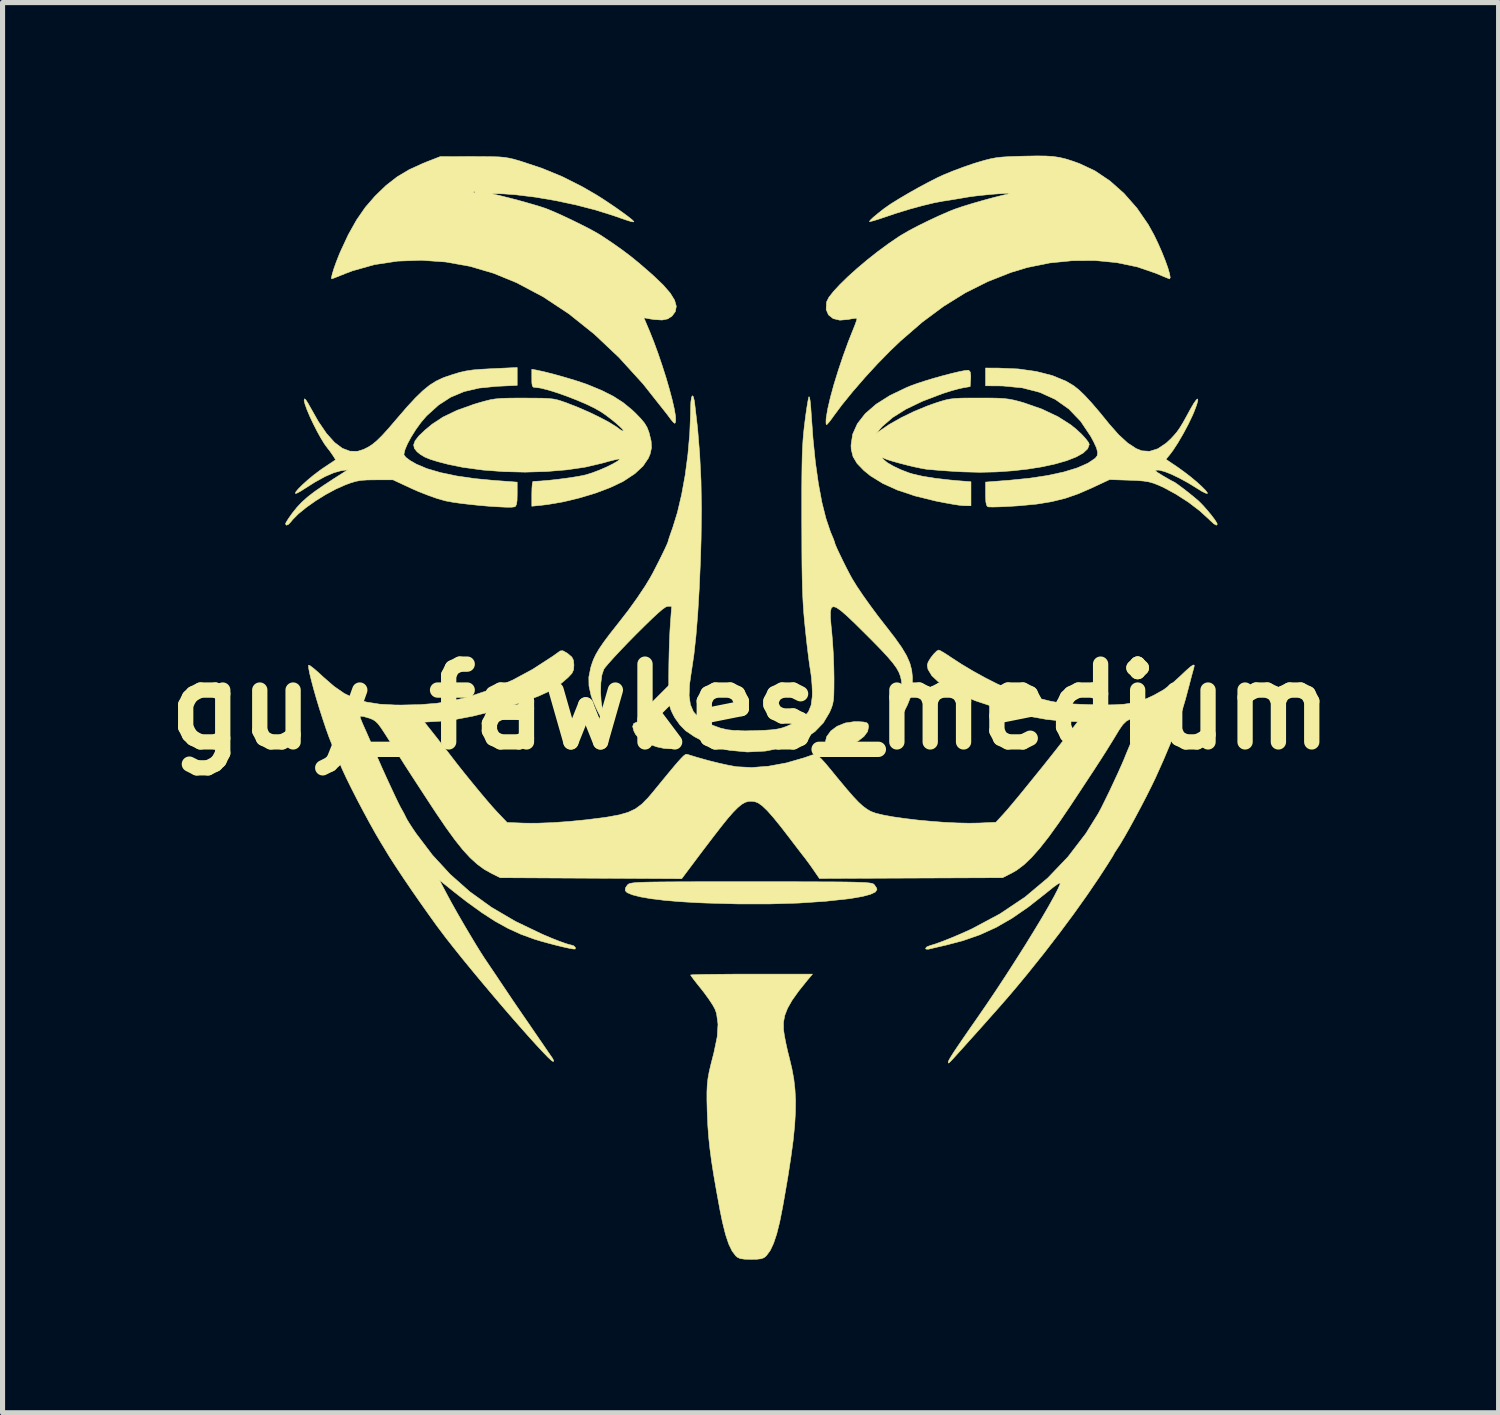
<source format=kicad_pcb>
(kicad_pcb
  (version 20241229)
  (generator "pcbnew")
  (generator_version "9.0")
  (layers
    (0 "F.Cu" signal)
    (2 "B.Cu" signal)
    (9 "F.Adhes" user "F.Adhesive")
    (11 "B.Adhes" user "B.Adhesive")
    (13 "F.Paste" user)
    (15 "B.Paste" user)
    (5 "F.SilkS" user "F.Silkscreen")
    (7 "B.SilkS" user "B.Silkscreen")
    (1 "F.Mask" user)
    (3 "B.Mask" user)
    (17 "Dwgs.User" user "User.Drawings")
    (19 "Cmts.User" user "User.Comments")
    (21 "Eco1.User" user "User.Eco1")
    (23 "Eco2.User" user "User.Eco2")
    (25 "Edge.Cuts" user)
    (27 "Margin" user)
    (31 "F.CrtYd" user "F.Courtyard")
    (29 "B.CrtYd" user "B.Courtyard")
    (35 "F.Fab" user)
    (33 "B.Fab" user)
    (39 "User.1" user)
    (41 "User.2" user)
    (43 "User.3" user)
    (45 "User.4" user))
  (footprint "guy_fawkes_medium"
    (layer "F.Cu")
    (at 11.655 10.796)
    (property "Reference" "guy_fawkes_medium" (at 0 0 0) (layer "F.SilkS") (effects (font (size 1.524 1.524) (thickness 0.3))))
    (attr through_hole)
    (fp_poly (pts (xy -2.016 0.291) (xy -1.887 0.301) (xy -1.794 0.323) (xy -1.71 0.363) (xy -1.634 0.415) (xy -1.517 0.52) (xy -1.447 0.631) (xy -1.43 0.736) (xy -1.44 0.776) (xy -1.485 0.812) (xy -1.575 0.825) (xy -1.695 0.817) (xy -1.831 0.788) (xy -1.947 0.748) (xy -2.092 0.682) (xy -2.188 0.617) (xy -2.252 0.543) (xy -2.287 0.474) (xy -2.31 0.387) (xy -2.29 0.33) (xy -2.222 0.298) (xy -2.101 0.288) (xy -2.016 0.291)) (stroke (width 0.01) (type solid)) (fill yes) (layer "F.SilkS"))
    (fp_poly (pts (xy 2.101 0.292) (xy 2.21 0.299) (xy 2.271 0.311) (xy 2.3 0.335) (xy 2.311 0.379) (xy 2.312 0.392) (xy 2.293 0.486) (xy 2.222 0.581) (xy 2.111 0.669) (xy 1.971 0.743) (xy 1.813 0.797) (xy 1.648 0.824) (xy 1.6 0.826) (xy 1.513 0.823) (xy 1.473 0.806) (xy 1.461 0.761) (xy 1.46 0.717) (xy 1.49 0.588) (xy 1.573 0.474) (xy 1.697 0.382) (xy 1.854 0.319) (xy 2.033 0.292) (xy 2.101 0.292)) (stroke (width 0.01) (type solid)) (fill yes) (layer "F.SilkS"))
    (fp_poly (pts (xy 0.455 3.429) (xy 0.84 3.429) (xy 1.17 3.43) (xy 1.449 3.431) (xy 1.683 3.432) (xy 1.874 3.434) (xy 2.029 3.437) (xy 2.149 3.441) (xy 2.242 3.445) (xy 2.309 3.451) (xy 2.357 3.457) (xy 2.389 3.465) (xy 2.409 3.474) (xy 2.422 3.485) (xy 2.424 3.487) (xy 2.465 3.546) (xy 2.477 3.581) (xy 2.445 3.63) (xy 2.35 3.675) (xy 2.193 3.717) (xy 1.974 3.755) (xy 1.934 3.761) (xy 1.464 3.812) (xy 0.94 3.847) (xy 0.369 3.864) (xy -0.241 3.864) (xy -0.883 3.846) (xy -1.048 3.839) (xy -1.388 3.819) (xy -1.688 3.793) (xy -1.946 3.762) (xy -2.155 3.726) (xy -2.313 3.686) (xy -2.416 3.644) (xy -2.456 3.603) (xy -2.45 3.547) (xy -2.412 3.492) (xy -2.399 3.48) (xy -2.382 3.47) (xy -2.356 3.461) (xy -2.317 3.454) (xy -2.261 3.447) (xy -2.184 3.442) (xy -2.08 3.438) (xy -1.947 3.435) (xy -1.778 3.433) (xy -1.571 3.431) (xy -1.32 3.43) (xy -1.021 3.429) (xy -0.67 3.429) (xy -0.263 3.429) (xy 0.011 3.429) (xy 0.455 3.429)) (stroke (width 0.01) (type solid)) (fill yes) (layer "F.SilkS"))
    (fp_poly (pts (xy 1.113 5.358) (xy 0.942 5.571) (xy 0.814 5.751) (xy 0.725 5.907) (xy 0.67 6.048) (xy 0.645 6.183) (xy 0.646 6.322) (xy 0.647 6.334) (xy 0.663 6.444) (xy 0.692 6.594) (xy 0.729 6.761) (xy 0.762 6.89) (xy 0.81 7.093) (xy 0.847 7.293) (xy 0.87 7.497) (xy 0.882 7.712) (xy 0.879 7.946) (xy 0.864 8.203) (xy 0.835 8.493) (xy 0.791 8.821) (xy 0.734 9.194) (xy 0.661 9.62) (xy 0.63 9.795) (xy 0.572 10.09) (xy 0.513 10.327) (xy 0.451 10.513) (xy 0.385 10.653) (xy 0.311 10.754) (xy 0.31 10.755) (xy 0.266 10.793) (xy 0.209 10.815) (xy 0.124 10.825) (xy 0.01 10.827) (xy -0.118 10.824) (xy -0.202 10.812) (xy -0.257 10.787) (xy -0.289 10.76) (xy -0.362 10.664) (xy -0.429 10.525) (xy -0.491 10.338) (xy -0.551 10.097) (xy -0.6 9.858) (xy -0.667 9.492) (xy -0.722 9.176) (xy -0.765 8.901) (xy -0.797 8.657) (xy -0.821 8.431) (xy -0.837 8.215) (xy -0.847 7.997) (xy -0.85 7.918) (xy -0.855 7.71) (xy -0.855 7.547) (xy -0.849 7.411) (xy -0.835 7.285) (xy -0.811 7.152) (xy -0.774 6.995) (xy -0.723 6.797) (xy -0.715 6.763) (xy -0.654 6.469) (xy -0.638 6.22) (xy -0.666 6.013) (xy -0.695 5.929) (xy -0.742 5.843) (xy -0.818 5.728) (xy -0.91 5.601) (xy -0.965 5.531) (xy -1.052 5.423) (xy -1.121 5.334) (xy -1.164 5.274) (xy -1.175 5.256) (xy -1.144 5.252) (xy -1.057 5.249) (xy -0.92 5.245) (xy -0.741 5.243) (xy -0.525 5.241) (xy -0.281 5.239) (xy -0.015 5.239) (xy 0.019 5.239) (xy 1.213 5.239) (xy 1.113 5.358)) (stroke (width 0.01) (type solid)) (fill yes) (layer "F.SilkS"))
    (fp_poly (pts (xy 4.275 -6.591) (xy 4.305 -6.557) (xy 4.314 -6.481) (xy 4.312 -6.422) (xy 4.302 -6.272) (xy 4.163 -6.248) (xy 4.068 -6.227) (xy 3.937 -6.191) (xy 3.794 -6.146) (xy 3.75 -6.131) (xy 3.367 -5.985) (xy 3.044 -5.83) (xy 2.781 -5.665) (xy 2.581 -5.492) (xy 2.524 -5.428) (xy 2.461 -5.35) (xy 2.524 -5.399) (xy 2.71 -5.526) (xy 2.94 -5.657) (xy 3.196 -5.782) (xy 3.459 -5.891) (xy 3.612 -5.946) (xy 3.727 -5.983) (xy 3.821 -6.01) (xy 3.909 -6.028) (xy 4.004 -6.039) (xy 4.122 -6.046) (xy 4.275 -6.048) (xy 4.477 -6.048) (xy 4.683 -6.048) (xy 4.84 -6.045) (xy 4.964 -6.038) (xy 5.067 -6.025) (xy 5.165 -6.006) (xy 5.273 -5.978) (xy 5.35 -5.956) (xy 5.706 -5.832) (xy 6.023 -5.682) (xy 6.27 -5.525) (xy 6.378 -5.438) (xy 6.481 -5.343) (xy 6.565 -5.252) (xy 6.62 -5.179) (xy 6.636 -5.14) (xy 6.605 -5.054) (xy 6.517 -4.971) (xy 6.378 -4.893) (xy 6.194 -4.821) (xy 5.971 -4.757) (xy 5.715 -4.701) (xy 5.434 -4.656) (xy 5.131 -4.622) (xy 4.815 -4.6) (xy 4.491 -4.593) (xy 4.164 -4.601) (xy 4.088 -4.605) (xy 3.906 -4.616) (xy 3.734 -4.628) (xy 3.588 -4.64) (xy 3.484 -4.649) (xy 3.458 -4.651) (xy 3.357 -4.668) (xy 3.222 -4.696) (xy 3.07 -4.732) (xy 2.916 -4.772) (xy 2.777 -4.811) (xy 2.671 -4.844) (xy 2.621 -4.865) (xy 2.577 -4.886) (xy 2.581 -4.872) (xy 2.609 -4.839) (xy 2.684 -4.778) (xy 2.803 -4.71) (xy 2.947 -4.642) (xy 3.1 -4.583) (xy 3.175 -4.56) (xy 3.367 -4.516) (xy 3.611 -4.476) (xy 3.898 -4.443) (xy 4.072 -4.427) (xy 4.318 -4.408) (xy 4.318 -3.937) (xy 4.183 -3.939) (xy 4.101 -3.946) (xy 3.974 -3.965) (xy 3.818 -3.993) (xy 3.648 -4.026) (xy 3.619 -4.032) (xy 3.221 -4.13) (xy 2.879 -4.244) (xy 2.589 -4.375) (xy 2.347 -4.525) (xy 2.218 -4.63) (xy 2.087 -4.766) (xy 2.008 -4.898) (xy 1.972 -5.042) (xy 1.968 -5.121) (xy 2 -5.338) (xy 2.093 -5.545) (xy 2.246 -5.741) (xy 2.459 -5.926) (xy 2.729 -6.097) (xy 3.057 -6.254) (xy 3.152 -6.293) (xy 3.278 -6.338) (xy 3.433 -6.388) (xy 3.602 -6.439) (xy 3.775 -6.487) (xy 3.94 -6.53) (xy 4.085 -6.564) (xy 4.197 -6.586) (xy 4.264 -6.592) (xy 4.275 -6.591)) (stroke (width 0.01) (type solid)) (fill yes) (layer "F.SilkS"))
    (fp_poly (pts (xy -4.183 -6.593) (xy -4.028 -6.558) (xy -3.835 -6.509) (xy -3.626 -6.45) (xy -3.423 -6.389) (xy -3.248 -6.331) (xy -3.191 -6.31) (xy -2.915 -6.196) (xy -2.689 -6.082) (xy -2.496 -5.958) (xy -2.323 -5.816) (xy -2.266 -5.763) (xy -2.152 -5.646) (xy -2.076 -5.554) (xy -2.026 -5.469) (xy -1.991 -5.377) (xy -1.988 -5.368) (xy -1.948 -5.204) (xy -1.941 -5.072) (xy -1.968 -4.951) (xy -2.003 -4.868) (xy -2.107 -4.715) (xy -2.267 -4.566) (xy -2.477 -4.427) (xy -2.508 -4.409) (xy -2.748 -4.295) (xy -3.033 -4.187) (xy -3.344 -4.093) (xy -3.661 -4.016) (xy -3.966 -3.963) (xy -4.072 -3.95) (xy -4.286 -3.928) (xy -4.286 -4.171) (xy -4.283 -4.286) (xy -4.276 -4.371) (xy -4.265 -4.412) (xy -4.262 -4.414) (xy -4.113 -4.422) (xy -3.929 -4.438) (xy -3.73 -4.461) (xy -3.534 -4.487) (xy -3.363 -4.515) (xy -3.233 -4.542) (xy -3.224 -4.544) (xy -3.097 -4.584) (xy -2.956 -4.638) (xy -2.817 -4.698) (xy -2.695 -4.759) (xy -2.603 -4.813) (xy -2.559 -4.853) (xy -2.581 -4.854) (xy -2.653 -4.839) (xy -2.764 -4.812) (xy -2.903 -4.773) (xy -2.915 -4.77) (xy -3.235 -4.695) (xy -3.601 -4.641) (xy -4 -4.608) (xy -4.416 -4.596) (xy -4.836 -4.606) (xy -5.245 -4.637) (xy -5.631 -4.689) (xy -5.921 -4.748) (xy -6.122 -4.8) (xy -6.272 -4.846) (xy -6.384 -4.892) (xy -6.47 -4.944) (xy -6.533 -4.994) (xy -6.587 -5.061) (xy -6.601 -5.131) (xy -6.572 -5.211) (xy -6.497 -5.307) (xy -6.373 -5.424) (xy -6.239 -5.535) (xy -6.026 -5.675) (xy -5.753 -5.806) (xy -5.424 -5.924) (xy -5.318 -5.956) (xy -5.2 -5.989) (xy -5.1 -6.014) (xy -5.004 -6.03) (xy -4.898 -6.04) (xy -4.769 -6.045) (xy -4.601 -6.047) (xy -4.429 -6.047) (xy -4.224 -6.046) (xy -4.07 -6.044) (xy -3.953 -6.038) (xy -3.861 -6.028) (xy -3.781 -6.011) (xy -3.7 -5.986) (xy -3.605 -5.953) (xy -3.588 -5.946) (xy -3.369 -5.86) (xy -3.151 -5.765) (xy -2.946 -5.665) (xy -2.766 -5.569) (xy -2.626 -5.482) (xy -2.564 -5.435) (xy -2.514 -5.404) (xy -2.491 -5.405) (xy -2.504 -5.432) (xy -2.557 -5.486) (xy -2.639 -5.559) (xy -2.737 -5.639) (xy -2.84 -5.716) (xy -2.936 -5.782) (xy -2.937 -5.782) (xy -3.066 -5.855) (xy -3.231 -5.934) (xy -3.418 -6.013) (xy -3.614 -6.089) (xy -3.805 -6.156) (xy -3.979 -6.209) (xy -4.121 -6.244) (xy -4.211 -6.255) (xy -4.254 -6.26) (xy -4.276 -6.285) (xy -4.285 -6.346) (xy -4.286 -6.433) (xy -4.286 -6.612) (xy -4.183 -6.593)) (stroke (width 0.01) (type solid)) (fill yes) (layer "F.SilkS"))
    (fp_poly (pts (xy -5.226 -10.778) (xy -5.057 -10.776) (xy -4.927 -10.772) (xy -4.823 -10.763) (xy -4.733 -10.748) (xy -4.643 -10.728) (xy -4.543 -10.699) (xy -4.508 -10.689) (xy -4.084 -10.548) (xy -3.693 -10.387) (xy -3.309 -10.194) (xy -3.033 -10.035) (xy -2.911 -9.959) (xy -2.777 -9.87) (xy -2.641 -9.778) (xy -2.514 -9.688) (xy -2.406 -9.608) (xy -2.327 -9.546) (xy -2.288 -9.508) (xy -2.286 -9.503) (xy -2.298 -9.498) (xy -2.338 -9.505) (xy -2.414 -9.528) (xy -2.535 -9.569) (xy -2.683 -9.621) (xy -3.03 -9.73) (xy -3.415 -9.83) (xy -3.818 -9.916) (xy -4.219 -9.984) (xy -4.597 -10.03) (xy -4.826 -10.047) (xy -4.945 -10.052) (xy -5.025 -10.052) (xy -5.058 -10.049) (xy -5.048 -10.045) (xy -4.901 -10.011) (xy -4.723 -9.967) (xy -4.53 -9.916) (xy -4.342 -9.863) (xy -4.173 -9.814) (xy -4.042 -9.772) (xy -4 -9.757) (xy -3.863 -9.701) (xy -3.695 -9.626) (xy -3.51 -9.539) (xy -3.325 -9.448) (xy -3.154 -9.361) (xy -3.014 -9.284) (xy -2.929 -9.233) (xy -2.709 -9.086) (xy -2.526 -8.957) (xy -2.362 -8.834) (xy -2.198 -8.701) (xy -2.018 -8.546) (xy -1.908 -8.449) (xy -1.713 -8.263) (xy -1.574 -8.103) (xy -1.488 -7.964) (xy -1.455 -7.845) (xy -1.474 -7.741) (xy -1.54 -7.652) (xy -1.624 -7.598) (xy -1.733 -7.576) (xy -1.882 -7.585) (xy -1.958 -7.596) (xy -2.09 -7.62) (xy -1.979 -7.358) (xy -1.895 -7.147) (xy -1.811 -6.918) (xy -1.73 -6.678) (xy -1.654 -6.44) (xy -1.588 -6.212) (xy -1.533 -6.004) (xy -1.493 -5.827) (xy -1.47 -5.691) (xy -1.467 -5.611) (xy -1.473 -5.568) (xy -1.485 -5.552) (xy -1.512 -5.571) (xy -1.56 -5.628) (xy -1.636 -5.73) (xy -1.651 -5.749) (xy -2.107 -6.325) (xy -2.577 -6.842) (xy -3.061 -7.299) (xy -3.557 -7.696) (xy -4.065 -8.032) (xy -4.584 -8.307) (xy -5.032 -8.491) (xy -5.496 -8.628) (xy -5.971 -8.713) (xy -6.448 -8.747) (xy -6.917 -8.73) (xy -7.371 -8.661) (xy -7.799 -8.54) (xy -7.924 -8.493) (xy -8.044 -8.445) (xy -8.14 -8.407) (xy -8.197 -8.385) (xy -8.208 -8.382) (xy -8.211 -8.409) (xy -8.194 -8.483) (xy -8.161 -8.591) (xy -8.114 -8.721) (xy -8.059 -8.861) (xy -8.04 -8.906) (xy -7.882 -9.246) (xy -7.72 -9.535) (xy -7.548 -9.784) (xy -7.359 -10.002) (xy -7.278 -10.081) (xy -5.429 -10.081) (xy -5.413 -10.065) (xy -5.397 -10.081) (xy -5.413 -10.097) (xy -5.429 -10.081) (xy -7.278 -10.081) (xy -7.142 -10.212) (xy -6.925 -10.381) (xy -6.691 -10.521) (xy -6.417 -10.646) (xy -6.345 -10.675) (xy -6.08 -10.778) (xy -5.445 -10.779) (xy -5.226 -10.778)) (stroke (width 0.01) (type solid)) (fill yes) (layer "F.SilkS"))
    (fp_poly (pts (xy 4.85 -6.635) (xy 5.242 -6.618) (xy 5.599 -6.568) (xy 5.915 -6.487) (xy 6.184 -6.376) (xy 6.33 -6.289) (xy 6.429 -6.211) (xy 6.544 -6.101) (xy 6.682 -5.952) (xy 6.846 -5.76) (xy 7.025 -5.54) (xy 7.21 -5.33) (xy 7.388 -5.167) (xy 7.554 -5.058) (xy 7.664 -5.014) (xy 7.818 -5.004) (xy 7.98 -5.055) (xy 8.145 -5.166) (xy 8.232 -5.247) (xy 8.298 -5.318) (xy 8.354 -5.384) (xy 8.406 -5.458) (xy 8.465 -5.553) (xy 8.537 -5.682) (xy 8.612 -5.82) (xy 8.685 -5.946) (xy 8.735 -6.015) (xy 8.761 -6.03) (xy 8.762 -5.992) (xy 8.736 -5.903) (xy 8.684 -5.767) (xy 8.66 -5.711) (xy 8.577 -5.537) (xy 8.478 -5.351) (xy 8.374 -5.173) (xy 8.275 -5.021) (xy 8.214 -4.94) (xy 8.138 -4.847) (xy 8.369 -4.691) (xy 8.493 -4.602) (xy 8.619 -4.505) (xy 8.737 -4.407) (xy 8.837 -4.316) (xy 8.911 -4.242) (xy 8.949 -4.192) (xy 8.95 -4.177) (xy 8.916 -4.184) (xy 8.844 -4.219) (xy 8.75 -4.277) (xy 8.734 -4.287) (xy 8.575 -4.385) (xy 8.41 -4.475) (xy 8.253 -4.551) (xy 8.116 -4.606) (xy 8.013 -4.633) (xy 7.988 -4.636) (xy 7.943 -4.633) (xy 7.934 -4.621) (xy 7.969 -4.592) (xy 8.051 -4.541) (xy 8.078 -4.524) (xy 8.173 -4.469) (xy 8.244 -4.429) (xy 8.276 -4.413) (xy 8.276 -4.413) (xy 8.311 -4.395) (xy 8.382 -4.345) (xy 8.476 -4.275) (xy 8.579 -4.195) (xy 8.68 -4.113) (xy 8.766 -4.041) (xy 8.788 -4.021) (xy 8.864 -3.944) (xy 8.948 -3.849) (xy 9.029 -3.75) (xy 9.096 -3.662) (xy 9.136 -3.597) (xy 9.144 -3.576) (xy 9.126 -3.556) (xy 9.074 -3.586) (xy 8.99 -3.663) (xy 8.984 -3.67) (xy 8.8 -3.838) (xy 8.576 -4.009) (xy 8.331 -4.166) (xy 8.088 -4.298) (xy 8.001 -4.337) (xy 7.901 -4.377) (xy 7.807 -4.404) (xy 7.703 -4.421) (xy 7.569 -4.432) (xy 7.414 -4.438) (xy 7.033 -4.45) (xy 6.683 -4.286) (xy 6.418 -4.171) (xy 6.161 -4.082) (xy 5.896 -4.017) (xy 5.607 -3.97) (xy 5.274 -3.938) (xy 5.214 -3.934) (xy 5.037 -3.923) (xy 4.88 -3.916) (xy 4.755 -3.913) (xy 4.674 -3.914) (xy 4.65 -3.917) (xy 4.625 -3.945) (xy 4.61 -4.01) (xy 4.604 -4.125) (xy 4.604 -4.168) (xy 4.604 -4.401) (xy 5.072 -4.437) (xy 5.469 -4.477) (xy 5.825 -4.531) (xy 6.137 -4.599) (xy 6.399 -4.679) (xy 6.607 -4.77) (xy 6.752 -4.867) (xy 6.791 -4.917) (xy 6.8 -4.981) (xy 6.778 -5.07) (xy 6.721 -5.193) (xy 6.665 -5.297) (xy 6.468 -5.591) (xy 6.237 -5.832) (xy 5.97 -6.021) (xy 5.666 -6.159) (xy 5.325 -6.247) (xy 4.945 -6.284) (xy 4.85 -6.286) (xy 4.604 -6.287) (xy 4.604 -6.636) (xy 4.85 -6.635)) (stroke (width 0.01) (type solid)) (fill yes) (layer "F.SilkS"))
    (fp_poly (pts (xy -4.572 -6.471) (xy -4.572 -6.296) (xy -4.98 -6.277) (xy -5.319 -6.243) (xy -5.614 -6.174) (xy -5.874 -6.065) (xy -6.111 -5.912) (xy -6.336 -5.709) (xy -6.361 -5.683) (xy -6.461 -5.565) (xy -6.56 -5.428) (xy -6.649 -5.285) (xy -6.723 -5.149) (xy -6.772 -5.032) (xy -6.791 -4.948) (xy -6.79 -4.934) (xy -6.754 -4.886) (xy -6.669 -4.822) (xy -6.551 -4.754) (xy -6.341 -4.665) (xy -6.075 -4.587) (xy -5.759 -4.521) (xy -5.4 -4.469) (xy -5.056 -4.436) (xy -4.572 -4.4) (xy -4.572 -4.167) (xy -4.575 -4.038) (xy -4.587 -3.961) (xy -4.609 -3.923) (xy -4.62 -3.917) (xy -4.679 -3.909) (xy -4.79 -3.909) (xy -4.938 -3.916) (xy -5.114 -3.927) (xy -5.303 -3.943) (xy -5.495 -3.963) (xy -5.677 -3.984) (xy -5.837 -4.007) (xy -5.962 -4.03) (xy -5.985 -4.035) (xy -6.133 -4.077) (xy -6.312 -4.14) (xy -6.499 -4.213) (xy -6.638 -4.274) (xy -7.005 -4.445) (xy -7.345 -4.445) (xy -7.508 -4.443) (xy -7.629 -4.435) (xy -7.733 -4.416) (xy -7.84 -4.384) (xy -7.946 -4.344) (xy -8.13 -4.262) (xy -8.326 -4.156) (xy -8.522 -4.034) (xy -8.704 -3.905) (xy -8.859 -3.779) (xy -8.973 -3.664) (xy -9.004 -3.625) (xy -9.054 -3.572) (xy -9.095 -3.556) (xy -9.112 -3.585) (xy -9.094 -3.622) (xy -9.047 -3.695) (xy -8.981 -3.788) (xy -8.973 -3.799) (xy -8.885 -3.908) (xy -8.791 -4.008) (xy -8.68 -4.107) (xy -8.545 -4.212) (xy -8.374 -4.33) (xy -8.159 -4.471) (xy -8.112 -4.501) (xy -7.89 -4.642) (xy -8.031 -4.622) (xy -8.166 -4.584) (xy -8.338 -4.509) (xy -8.536 -4.4) (xy -8.732 -4.276) (xy -8.821 -4.219) (xy -8.889 -4.184) (xy -8.918 -4.177) (xy -8.909 -4.209) (xy -8.858 -4.27) (xy -8.776 -4.351) (xy -8.673 -4.444) (xy -8.557 -4.54) (xy -8.439 -4.629) (xy -8.375 -4.674) (xy -8.129 -4.838) (xy -8.18 -4.919) (xy -8.238 -5.003) (xy -8.286 -5.064) (xy -8.349 -5.15) (xy -8.42 -5.266) (xy -8.495 -5.401) (xy -8.568 -5.545) (xy -8.635 -5.687) (xy -8.69 -5.818) (xy -8.729 -5.926) (xy -8.747 -6.001) (xy -8.739 -6.032) (xy -8.736 -6.032) (xy -8.71 -6.007) (xy -8.668 -5.941) (xy -8.635 -5.882) (xy -8.468 -5.587) (xy -8.307 -5.352) (xy -8.151 -5.178) (xy -7.998 -5.063) (xy -7.848 -5.006) (xy -7.697 -5.005) (xy -7.582 -5.041) (xy -7.492 -5.086) (xy -7.407 -5.141) (xy -7.318 -5.215) (xy -7.217 -5.315) (xy -7.095 -5.449) (xy -6.945 -5.624) (xy -6.922 -5.651) (xy -6.728 -5.876) (xy -6.562 -6.055) (xy -6.417 -6.195) (xy -6.286 -6.301) (xy -6.16 -6.38) (xy -6.033 -6.44) (xy -5.992 -6.456) (xy -5.832 -6.51) (xy -5.699 -6.55) (xy -5.575 -6.578) (xy -5.442 -6.598) (xy -5.284 -6.611) (xy -5.083 -6.622) (xy -5.04 -6.624) (xy -4.572 -6.646) (xy -4.572 -6.471)) (stroke (width 0.01) (type solid)) (fill yes) (layer "F.SilkS"))
    (fp_poly (pts (xy 5.774 -10.79) (xy 5.921 -10.781) (xy 6.05 -10.762) (xy 6.176 -10.732) (xy 6.315 -10.688) (xy 6.445 -10.641) (xy 6.747 -10.499) (xy 7.041 -10.301) (xy 7.318 -10.055) (xy 7.57 -9.768) (xy 7.791 -9.447) (xy 7.906 -9.239) (xy 7.986 -9.072) (xy 8.06 -8.903) (xy 8.124 -8.743) (xy 8.175 -8.601) (xy 8.208 -8.488) (xy 8.222 -8.411) (xy 8.211 -8.382) (xy 8.21 -8.382) (xy 8.177 -8.394) (xy 8.1 -8.425) (xy 7.993 -8.47) (xy 7.944 -8.491) (xy 7.576 -8.617) (xy 7.172 -8.701) (xy 6.744 -8.742) (xy 6.302 -8.739) (xy 5.857 -8.694) (xy 5.421 -8.605) (xy 5.106 -8.51) (xy 4.644 -8.328) (xy 4.205 -8.108) (xy 3.78 -7.844) (xy 3.36 -7.532) (xy 2.938 -7.166) (xy 2.735 -6.972) (xy 2.488 -6.72) (xy 2.239 -6.449) (xy 2.002 -6.175) (xy 1.788 -5.912) (xy 1.61 -5.673) (xy 1.602 -5.66) (xy 1.545 -5.584) (xy 1.502 -5.535) (xy 1.487 -5.525) (xy 1.478 -5.553) (xy 1.479 -5.623) (xy 1.482 -5.659) (xy 1.512 -5.837) (xy 1.564 -6.06) (xy 1.634 -6.316) (xy 1.719 -6.591) (xy 1.814 -6.874) (xy 1.915 -7.152) (xy 1.999 -7.363) (xy 2.043 -7.473) (xy 2.074 -7.559) (xy 2.086 -7.606) (xy 2.085 -7.609) (xy 2.05 -7.61) (xy 1.973 -7.599) (xy 1.913 -7.587) (xy 1.749 -7.573) (xy 1.618 -7.604) (xy 1.527 -7.676) (xy 1.481 -7.782) (xy 1.488 -7.919) (xy 1.492 -7.937) (xy 1.535 -8.022) (xy 1.624 -8.135) (xy 1.751 -8.272) (xy 1.908 -8.425) (xy 2.089 -8.588) (xy 2.286 -8.754) (xy 2.492 -8.917) (xy 2.7 -9.07) (xy 2.902 -9.208) (xy 2.96 -9.244) (xy 3.105 -9.328) (xy 3.289 -9.425) (xy 3.495 -9.526) (xy 3.703 -9.623) (xy 3.894 -9.706) (xy 4.009 -9.751) (xy 4.156 -9.801) (xy 4.344 -9.859) (xy 4.553 -9.919) (xy 4.762 -9.976) (xy 4.951 -10.023) (xy 5.048 -10.045) (xy 5.078 -10.054) (xy 5.056 -10.058) (xy 4.991 -10.057) (xy 4.893 -10.051) (xy 4.774 -10.043) (xy 4.644 -10.031) (xy 4.512 -10.018) (xy 4.389 -10.004) (xy 4.286 -9.99) (xy 4.255 -9.985) (xy 4.098 -9.958) (xy 3.935 -9.931) (xy 3.797 -9.909) (xy 3.784 -9.908) (xy 3.598 -9.873) (xy 3.37 -9.818) (xy 3.114 -9.748) (xy 2.847 -9.666) (xy 2.655 -9.601) (xy 2.524 -9.557) (xy 2.418 -9.524) (xy 2.348 -9.506) (xy 2.328 -9.504) (xy 2.344 -9.53) (xy 2.403 -9.587) (xy 2.498 -9.666) (xy 2.62 -9.762) (xy 2.626 -9.766) (xy 2.745 -9.849) (xy 2.906 -9.949) (xy 3.094 -10.06) (xy 3.294 -10.173) (xy 3.491 -10.278) (xy 3.669 -10.369) (xy 3.781 -10.42) (xy 3.963 -10.495) (xy 4.172 -10.573) (xy 4.375 -10.643) (xy 4.461 -10.669) (xy 4.594 -10.708) (xy 4.707 -10.736) (xy 4.814 -10.756) (xy 4.93 -10.769) (xy 5.072 -10.778) (xy 5.254 -10.784) (xy 5.366 -10.787) (xy 5.594 -10.791) (xy 5.774 -10.79)) (stroke (width 0.01) (type solid)) (fill yes) (layer "F.SilkS"))
    (fp_poly (pts (xy -1.123 -6.077) (xy -1.104 -6.004) (xy -1.097 -5.961) (xy -1.038 -5.455) (xy -0.997 -4.948) (xy -0.971 -4.426) (xy -0.962 -3.877) (xy -0.969 -3.287) (xy -0.982 -2.857) (xy -1.006 -2.306) (xy -1.035 -1.815) (xy -1.07 -1.386) (xy -1.11 -1.019) (xy -1.155 -0.715) (xy -1.158 -0.699) (xy -1.196 -0.432) (xy -1.204 -0.215) (xy -1.179 -0.041) (xy -1.12 0.097) (xy -1.025 0.206) (xy -0.893 0.292) (xy -0.889 0.294) (xy -0.733 0.367) (xy -0.593 0.418) (xy -0.453 0.451) (xy -0.295 0.468) (xy -0.104 0.473) (xy 0.074 0.469) (xy 0.269 0.462) (xy 0.416 0.452) (xy 0.528 0.437) (xy 0.621 0.415) (xy 0.703 0.386) (xy 0.899 0.298) (xy 1.04 0.207) (xy 1.133 0.101) (xy 1.186 -0.029) (xy 1.208 -0.194) (xy 1.21 -0.276) (xy 1.204 -0.426) (xy 1.192 -0.578) (xy 1.175 -0.699) (xy 1.161 -0.785) (xy 1.142 -0.921) (xy 1.12 -1.095) (xy 1.097 -1.291) (xy 1.075 -1.498) (xy 1.074 -1.508) (xy 1.057 -1.673) (xy 1.043 -1.83) (xy 1.032 -1.987) (xy 1.023 -2.153) (xy 1.016 -2.337) (xy 1.011 -2.545) (xy 1.007 -2.788) (xy 1.005 -3.073) (xy 1.004 -3.409) (xy 1.003 -3.604) (xy 1.003 -3.964) (xy 1.003 -4.269) (xy 1.005 -4.526) (xy 1.008 -4.741) (xy 1.012 -4.924) (xy 1.019 -5.081) (xy 1.027 -5.22) (xy 1.038 -5.349) (xy 1.051 -5.475) (xy 1.061 -5.556) (xy 1.083 -5.727) (xy 1.105 -5.876) (xy 1.124 -5.99) (xy 1.139 -6.06) (xy 1.145 -6.075) (xy 1.156 -6.057) (xy 1.168 -5.987) (xy 1.179 -5.876) (xy 1.187 -5.758) (xy 1.223 -5.254) (xy 1.27 -4.79) (xy 1.329 -4.371) (xy 1.398 -4.001) (xy 1.478 -3.684) (xy 1.566 -3.424) (xy 1.588 -3.372) (xy 1.625 -3.284) (xy 1.648 -3.219) (xy 1.651 -3.203) (xy 1.665 -3.164) (xy 1.701 -3.082) (xy 1.754 -2.971) (xy 1.816 -2.843) (xy 1.881 -2.713) (xy 1.943 -2.594) (xy 1.993 -2.503) (xy 2.08 -2.362) (xy 2.199 -2.185) (xy 2.34 -1.987) (xy 2.494 -1.779) (xy 2.651 -1.577) (xy 2.657 -1.57) (xy 2.828 -1.348) (xy 2.96 -1.162) (xy 3.056 -1.001) (xy 3.12 -0.856) (xy 3.157 -0.717) (xy 3.172 -0.573) (xy 3.168 -0.415) (xy 3.167 -0.409) (xy 3.153 -0.279) (xy 3.125 -0.165) (xy 3.076 -0.042) (xy 3.014 0.083) (xy 2.953 0.198) (xy 2.899 0.288) (xy 2.862 0.341) (xy 2.852 0.349) (xy 2.827 0.325) (xy 2.843 0.256) (xy 2.874 0.189) (xy 2.91 0.086) (xy 2.939 -0.058) (xy 2.958 -0.22) (xy 2.964 -0.379) (xy 2.956 -0.511) (xy 2.955 -0.515) (xy 2.937 -0.595) (xy 2.906 -0.676) (xy 2.858 -0.762) (xy 2.786 -0.86) (xy 2.686 -0.978) (xy 2.553 -1.121) (xy 2.382 -1.296) (xy 2.244 -1.434) (xy 2.046 -1.63) (xy 1.888 -1.78) (xy 1.767 -1.885) (xy 1.678 -1.946) (xy 1.617 -1.962) (xy 1.581 -1.933) (xy 1.565 -1.86) (xy 1.565 -1.744) (xy 1.578 -1.583) (xy 1.59 -1.469) (xy 1.607 -1.263) (xy 1.622 -1.022) (xy 1.631 -0.778) (xy 1.635 -0.559) (xy 1.635 -0.556) (xy 1.634 -0.37) (xy 1.631 -0.234) (xy 1.624 -0.134) (xy 1.61 -0.057) (xy 1.589 0.013) (xy 1.558 0.087) (xy 1.543 0.119) (xy 1.424 0.318) (xy 1.261 0.487) (xy 1.047 0.631) (xy 0.934 0.689) (xy 0.627 0.803) (xy 0.29 0.869) (xy -0.061 0.887) (xy -0.412 0.854) (xy -0.476 0.842) (xy -0.676 0.785) (xy -0.893 0.696) (xy -1.1 0.587) (xy -1.272 0.47) (xy -1.279 0.464) (xy -1.384 0.356) (xy -1.481 0.221) (xy -1.511 0.167) (xy -1.543 0.102) (xy -1.567 0.044) (xy -1.584 -0.015) (xy -1.594 -0.089) (xy -1.6 -0.188) (xy -1.602 -0.322) (xy -1.603 -0.504) (xy -1.603 -0.603) (xy -1.601 -0.826) (xy -1.596 -1.061) (xy -1.589 -1.287) (xy -1.58 -1.483) (xy -1.574 -1.58) (xy -1.546 -1.968) (xy -1.621 -1.968) (xy -1.66 -1.955) (xy -1.724 -1.911) (xy -1.815 -1.833) (xy -1.939 -1.718) (xy -2.098 -1.563) (xy -2.257 -1.405) (xy -2.415 -1.244) (xy -2.56 -1.092) (xy -2.687 -0.956) (xy -2.787 -0.844) (xy -2.854 -0.764) (xy -2.877 -0.73) (xy -2.913 -0.621) (xy -2.933 -0.469) (xy -2.938 -0.292) (xy -2.928 -0.111) (xy -2.902 0.057) (xy -2.866 0.183) (xy -2.835 0.272) (xy -2.822 0.333) (xy -2.827 0.349) (xy -2.859 0.322) (xy -2.907 0.251) (xy -2.965 0.149) (xy -3.024 0.03) (xy -3.077 -0.09) (xy -3.118 -0.198) (xy -3.125 -0.22) (xy -3.166 -0.408) (xy -3.169 -0.579) (xy -3.132 -0.763) (xy -3.116 -0.818) (xy -3.08 -0.92) (xy -3.032 -1.022) (xy -2.967 -1.133) (xy -2.879 -1.262) (xy -2.762 -1.419) (xy -2.609 -1.613) (xy -2.594 -1.632) (xy -2.398 -1.884) (xy -2.219 -2.133) (xy -2.066 -2.362) (xy -1.968 -2.524) (xy -1.918 -2.614) (xy -1.858 -2.73) (xy -1.793 -2.858) (xy -1.73 -2.985) (xy -1.676 -3.097) (xy -1.637 -3.182) (xy -1.62 -3.225) (xy -1.619 -3.227) (xy -1.609 -3.265) (xy -1.582 -3.347) (xy -1.543 -3.458) (xy -1.526 -3.505) (xy -1.433 -3.806) (xy -1.351 -4.155) (xy -1.281 -4.538) (xy -1.228 -4.941) (xy -1.192 -5.347) (xy -1.176 -5.744) (xy -1.175 -5.834) (xy -1.17 -5.967) (xy -1.158 -6.055) (xy -1.142 -6.093) (xy -1.123 -6.077)) (stroke (width 0.01) (type solid)) (fill yes) (layer "F.SilkS"))
    (fp_poly (pts (xy 3.725 -1.094) (xy 3.8 -1.05) (xy 3.897 -0.987) (xy 3.912 -0.976) (xy 4.129 -0.835) (xy 4.362 -0.696) (xy 4.601 -0.564) (xy 4.832 -0.447) (xy 5.045 -0.35) (xy 5.225 -0.279) (xy 5.317 -0.252) (xy 5.389 -0.233) (xy 5.503 -0.204) (xy 5.642 -0.167) (xy 5.731 -0.144) (xy 5.864 -0.111) (xy 5.991 -0.087) (xy 6.125 -0.069) (xy 6.283 -0.056) (xy 6.48 -0.047) (xy 6.62 -0.042) (xy 6.901 -0.035) (xy 7.131 -0.038) (xy 7.321 -0.05) (xy 7.483 -0.074) (xy 7.629 -0.111) (xy 7.77 -0.164) (xy 7.9 -0.224) (xy 8.095 -0.334) (xy 8.276 -0.47) (xy 8.408 -0.59) (xy 8.533 -0.708) (xy 8.62 -0.784) (xy 8.671 -0.818) (xy 8.693 -0.814) (xy 8.688 -0.775) (xy 8.686 -0.77) (xy 8.671 -0.714) (xy 8.644 -0.616) (xy 8.612 -0.493) (xy 8.604 -0.46) (xy 8.518 -0.138) (xy 8.43 0.156) (xy 8.333 0.439) (xy 8.223 0.727) (xy 8.093 1.036) (xy 7.937 1.384) (xy 7.931 1.397) (xy 7.85 1.565) (xy 7.753 1.759) (xy 7.645 1.966) (xy 7.533 2.176) (xy 7.424 2.376) (xy 7.323 2.554) (xy 7.237 2.699) (xy 7.172 2.798) (xy 7.172 2.799) (xy 7.131 2.861) (xy 7.112 2.897) (xy 7.112 2.898) (xy 7.095 2.928) (xy 7.049 3.002) (xy 6.98 3.111) (xy 6.893 3.245) (xy 6.822 3.354) (xy 6.594 3.689) (xy 6.333 4.056) (xy 6.05 4.437) (xy 5.758 4.817) (xy 5.466 5.182) (xy 5.433 5.223) (xy 5.325 5.354) (xy 5.229 5.47) (xy 5.138 5.578) (xy 5.046 5.686) (xy 4.945 5.802) (xy 4.83 5.933) (xy 4.693 6.087) (xy 4.529 6.272) (xy 4.329 6.495) (xy 4.29 6.538) (xy 4.147 6.698) (xy 4.041 6.815) (xy 3.967 6.897) (xy 3.918 6.949) (xy 3.89 6.975) (xy 3.877 6.982) (xy 3.873 6.976) (xy 3.873 6.961) (xy 3.873 6.959) (xy 3.884 6.929) (xy 3.917 6.87) (xy 3.975 6.778) (xy 4.061 6.649) (xy 4.178 6.478) (xy 4.328 6.261) (xy 4.421 6.128) (xy 4.614 5.848) (xy 4.811 5.556) (xy 5.007 5.258) (xy 5.198 4.961) (xy 5.381 4.672) (xy 5.551 4.396) (xy 5.705 4.141) (xy 5.838 3.913) (xy 5.946 3.719) (xy 6.025 3.565) (xy 6.066 3.471) (xy 6.062 3.453) (xy 6.019 3.473) (xy 5.935 3.533) (xy 5.808 3.635) (xy 5.786 3.653) (xy 5.444 3.922) (xy 5.122 4.144) (xy 4.809 4.324) (xy 4.492 4.468) (xy 4.159 4.584) (xy 3.835 4.669) (xy 3.7 4.7) (xy 3.585 4.727) (xy 3.505 4.746) (xy 3.485 4.751) (xy 3.438 4.749) (xy 3.429 4.733) (xy 3.456 4.703) (xy 3.516 4.68) (xy 3.618 4.649) (xy 3.762 4.597) (xy 3.933 4.529) (xy 4.117 4.451) (xy 4.3 4.369) (xy 4.35 4.345) (xy 4.888 4.057) (xy 5.379 3.728) (xy 5.822 3.356) (xy 6.218 2.942) (xy 6.568 2.485) (xy 6.811 2.094) (xy 6.868 1.988) (xy 6.942 1.839) (xy 7.028 1.663) (xy 7.116 1.475) (xy 7.201 1.292) (xy 7.274 1.129) (xy 7.329 1.001) (xy 7.335 0.984) (xy 7.374 0.888) (xy 7.429 0.757) (xy 7.489 0.616) (xy 7.508 0.572) (xy 7.579 0.408) (xy 7.627 0.296) (xy 7.653 0.225) (xy 7.661 0.187) (xy 7.65 0.175) (xy 7.624 0.179) (xy 7.582 0.192) (xy 7.578 0.193) (xy 7.455 0.233) (xy 7.366 0.28) (xy 7.295 0.348) (xy 7.222 0.452) (xy 7.183 0.517) (xy 7.114 0.631) (xy 7.04 0.751) (xy 6.957 0.884) (xy 6.86 1.036) (xy 6.744 1.215) (xy 6.605 1.426) (xy 6.44 1.677) (xy 6.262 1.946) (xy 6.04 2.273) (xy 5.842 2.548) (xy 5.665 2.773) (xy 5.504 2.955) (xy 5.356 3.096) (xy 5.217 3.201) (xy 5.122 3.256) (xy 4.937 3.35) (xy 3.143 3.357) (xy 1.349 3.365) (xy 1.238 3.203) (xy 1.166 3.1) (xy 1.096 3.005) (xy 1.06 2.957) (xy 1.014 2.899) (xy 0.94 2.803) (xy 0.849 2.684) (xy 0.764 2.572) (xy 0.589 2.345) (xy 0.444 2.167) (xy 0.325 2.033) (xy 0.228 1.941) (xy 0.149 1.885) (xy 0.086 1.861) (xy 0.02 1.852) (xy -0.042 1.855) (xy -0.104 1.873) (xy -0.171 1.911) (xy -0.247 1.973) (xy -0.337 2.063) (xy -0.444 2.185) (xy -0.572 2.344) (xy -0.727 2.544) (xy -0.913 2.788) (xy -1.032 2.946) (xy -1.349 3.369) (xy -4.905 3.35) (xy -5.08 3.263) (xy -5.219 3.185) (xy -5.355 3.085) (xy -5.493 2.96) (xy -5.637 2.803) (xy -5.793 2.608) (xy -5.966 2.369) (xy -6.161 2.082) (xy -6.226 1.984) (xy -6.398 1.721) (xy -6.542 1.5) (xy -6.667 1.308) (xy -6.778 1.136) (xy -6.883 0.97) (xy -6.991 0.801) (xy -7.074 0.669) (xy -7.172 0.515) (xy -7.244 0.406) (xy -7.3 0.333) (xy -7.349 0.285) (xy -7.398 0.253) (xy -7.456 0.229) (xy -7.487 0.219) (xy -7.577 0.193) (xy -7.637 0.185) (xy -7.652 0.192) (xy -7.64 0.235) (xy -7.608 0.315) (xy -7.576 0.388) (xy -7.523 0.506) (xy -7.46 0.65) (xy -7.405 0.778) (xy -7.316 0.98) (xy -7.224 1.19) (xy -7.131 1.395) (xy -7.042 1.587) (xy -6.963 1.756) (xy -6.899 1.89) (xy -6.853 1.98) (xy -6.841 2) (xy -6.793 2.086) (xy -6.758 2.157) (xy -6.753 2.167) (xy -6.727 2.217) (xy -6.673 2.304) (xy -6.601 2.414) (xy -6.552 2.485) (xy -6.233 2.906) (xy -5.885 3.284) (xy -5.501 3.624) (xy -5.077 3.93) (xy -4.606 4.206) (xy -4.082 4.457) (xy -3.889 4.539) (xy -3.754 4.592) (xy -3.637 4.634) (xy -3.552 4.661) (xy -3.52 4.667) (xy -3.467 4.683) (xy -3.432 4.718) (xy -3.435 4.747) (xy -3.471 4.747) (xy -3.555 4.732) (xy -3.675 4.706) (xy -3.818 4.671) (xy -3.97 4.631) (xy -4.118 4.59) (xy -4.239 4.553) (xy -4.497 4.459) (xy -4.749 4.344) (xy -5.005 4.203) (xy -5.274 4.028) (xy -5.567 3.816) (xy -5.808 3.628) (xy -6.095 3.398) (xy -5.932 3.707) (xy -5.847 3.863) (xy -5.743 4.048) (xy -5.627 4.249) (xy -5.507 4.452) (xy -5.393 4.642) (xy -5.292 4.806) (xy -5.212 4.93) (xy -5.207 4.937) (xy -5.156 5.013) (xy -5.08 5.126) (xy -4.988 5.262) (xy -4.892 5.406) (xy -4.887 5.413) (xy -4.777 5.577) (xy -4.659 5.753) (xy -4.546 5.918) (xy -4.468 6.032) (xy -4.361 6.187) (xy -4.242 6.361) (xy -4.131 6.523) (xy -4.101 6.566) (xy -4.02 6.685) (xy -3.948 6.79) (xy -3.895 6.866) (xy -3.878 6.891) (xy -3.856 6.938) (xy -3.866 6.953) (xy -3.902 6.93) (xy -3.975 6.862) (xy -4.078 6.755) (xy -4.208 6.615) (xy -4.36 6.447) (xy -4.53 6.255) (xy -4.713 6.046) (xy -4.904 5.824) (xy -5.099 5.594) (xy -5.294 5.362) (xy -5.484 5.133) (xy -5.664 4.913) (xy -5.83 4.705) (xy -5.978 4.517) (xy -6.007 4.478) (xy -6.146 4.293) (xy -6.302 4.076) (xy -6.469 3.84) (xy -6.638 3.597) (xy -6.799 3.36) (xy -6.945 3.14) (xy -7.067 2.951) (xy -7.128 2.852) (xy -7.184 2.758) (xy -7.236 2.673) (xy -7.24 2.667) (xy -7.346 2.487) (xy -7.464 2.276) (xy -7.587 2.048) (xy -7.709 1.817) (xy -7.823 1.593) (xy -7.922 1.392) (xy -8 1.224) (xy -8.032 1.149) (xy -8.073 1.048) (xy -8.129 0.914) (xy -8.188 0.772) (xy -8.202 0.74) (xy -8.258 0.598) (xy -8.319 0.428) (xy -8.382 0.239) (xy -8.446 0.04) (xy -8.506 -0.158) (xy -8.56 -0.346) (xy -8.605 -0.516) (xy -8.639 -0.656) (xy -8.658 -0.757) (xy -8.66 -0.81) (xy -8.657 -0.815) (xy -8.628 -0.802) (xy -8.563 -0.753) (xy -8.472 -0.675) (xy -8.368 -0.579) (xy -8.161 -0.399) (xy -7.96 -0.26) (xy -7.752 -0.159) (xy -7.525 -0.091) (xy -7.266 -0.05) (xy -6.964 -0.034) (xy -6.842 -0.033) (xy -6.475 -0.041) (xy -6.152 -0.067) (xy -5.857 -0.113) (xy -5.574 -0.18) (xy -5.493 -0.203) (xy -5.06 -0.349) (xy -4.659 -0.523) (xy -4.271 -0.732) (xy -3.878 -0.987) (xy -3.729 -1.093) (xy -3.678 -1.097) (xy -3.595 -1.051) (xy -3.575 -1.036) (xy -3.501 -0.972) (xy -3.469 -0.908) (xy -3.461 -0.817) (xy -3.461 -0.814) (xy -3.468 -0.723) (xy -3.5 -0.654) (xy -3.57 -0.579) (xy -3.58 -0.569) (xy -3.706 -0.461) (xy -3.837 -0.368) (xy -3.984 -0.285) (xy -4.158 -0.206) (xy -4.371 -0.125) (xy -4.634 -0.037) (xy -4.651 -0.032) (xy -5.06 0.089) (xy -5.434 0.183) (xy -5.768 0.247) (xy -6.054 0.281) (xy -6.076 0.283) (xy -6.39 0.302) (xy -6.155 0.599) (xy -6.057 0.725) (xy -5.967 0.84) (xy -5.896 0.931) (xy -5.858 0.981) (xy -5.743 1.13) (xy -5.608 1.3) (xy -5.462 1.48) (xy -5.316 1.658) (xy -5.178 1.822) (xy -5.06 1.959) (xy -4.971 2.057) (xy -4.77 2.268) (xy -4.432 2.281) (xy -4.177 2.282) (xy -3.879 2.271) (xy -3.553 2.248) (xy -3.218 2.215) (xy -2.892 2.174) (xy -2.797 2.16) (xy -2.574 2.119) (xy -2.4 2.069) (xy -2.257 2.002) (xy -2.131 1.909) (xy -2.006 1.782) (xy -1.932 1.695) (xy -1.754 1.478) (xy -1.612 1.305) (xy -1.501 1.172) (xy -1.417 1.074) (xy -1.355 1.006) (xy -1.311 0.962) (xy -1.28 0.939) (xy -1.259 0.931) (xy -1.241 0.933) (xy -1.241 0.933) (xy -1.045 0.993) (xy -0.831 1.053) (xy -0.619 1.106) (xy -0.428 1.148) (xy -0.277 1.175) (xy -0.27 1.176) (xy 0.025 1.191) (xy 0.354 1.165) (xy 0.701 1.101) (xy 1.055 0.999) (xy 1.155 0.964) (xy 1.204 0.946) (xy 1.246 0.938) (xy 1.286 0.944) (xy 1.331 0.971) (xy 1.388 1.024) (xy 1.465 1.108) (xy 1.566 1.229) (xy 1.7 1.393) (xy 1.733 1.433) (xy 1.889 1.62) (xy 2.014 1.763) (xy 2.116 1.871) (xy 2.204 1.951) (xy 2.285 2.01) (xy 2.358 2.052) (xy 2.457 2.088) (xy 2.608 2.124) (xy 2.802 2.159) (xy 3.029 2.191) (xy 3.277 2.221) (xy 3.537 2.245) (xy 3.797 2.265) (xy 4.049 2.277) (xy 4.281 2.282) (xy 4.474 2.279) (xy 4.807 2.264) (xy 4.958 2.099) (xy 5.03 2.018) (xy 5.134 1.895) (xy 5.263 1.74) (xy 5.409 1.561) (xy 5.566 1.367) (xy 5.727 1.168) (xy 5.884 0.971) (xy 6.03 0.786) (xy 6.158 0.622) (xy 6.197 0.571) (xy 6.409 0.294) (xy 6.086 0.278) (xy 5.807 0.25) (xy 5.483 0.192) (xy 5.112 0.102) (xy 4.747 -0.003) (xy 4.407 -0.116) (xy 4.114 -0.235) (xy 3.872 -0.358) (xy 3.684 -0.483) (xy 3.551 -0.608) (xy 3.476 -0.732) (xy 3.461 -0.816) (xy 3.48 -0.876) (xy 3.527 -0.954) (xy 3.588 -1.032) (xy 3.647 -1.091) (xy 3.687 -1.111) (xy 3.725 -1.094)) (stroke (width 0.01) (type solid)) (fill yes) (layer "F.SilkS")))
  (gr_rect
    (start -3 -3)
    (end 26.31 24.628)
    (stroke (width 0.1) (type default))
    (fill no)
    (layer "Edge.Cuts")))
</source>
